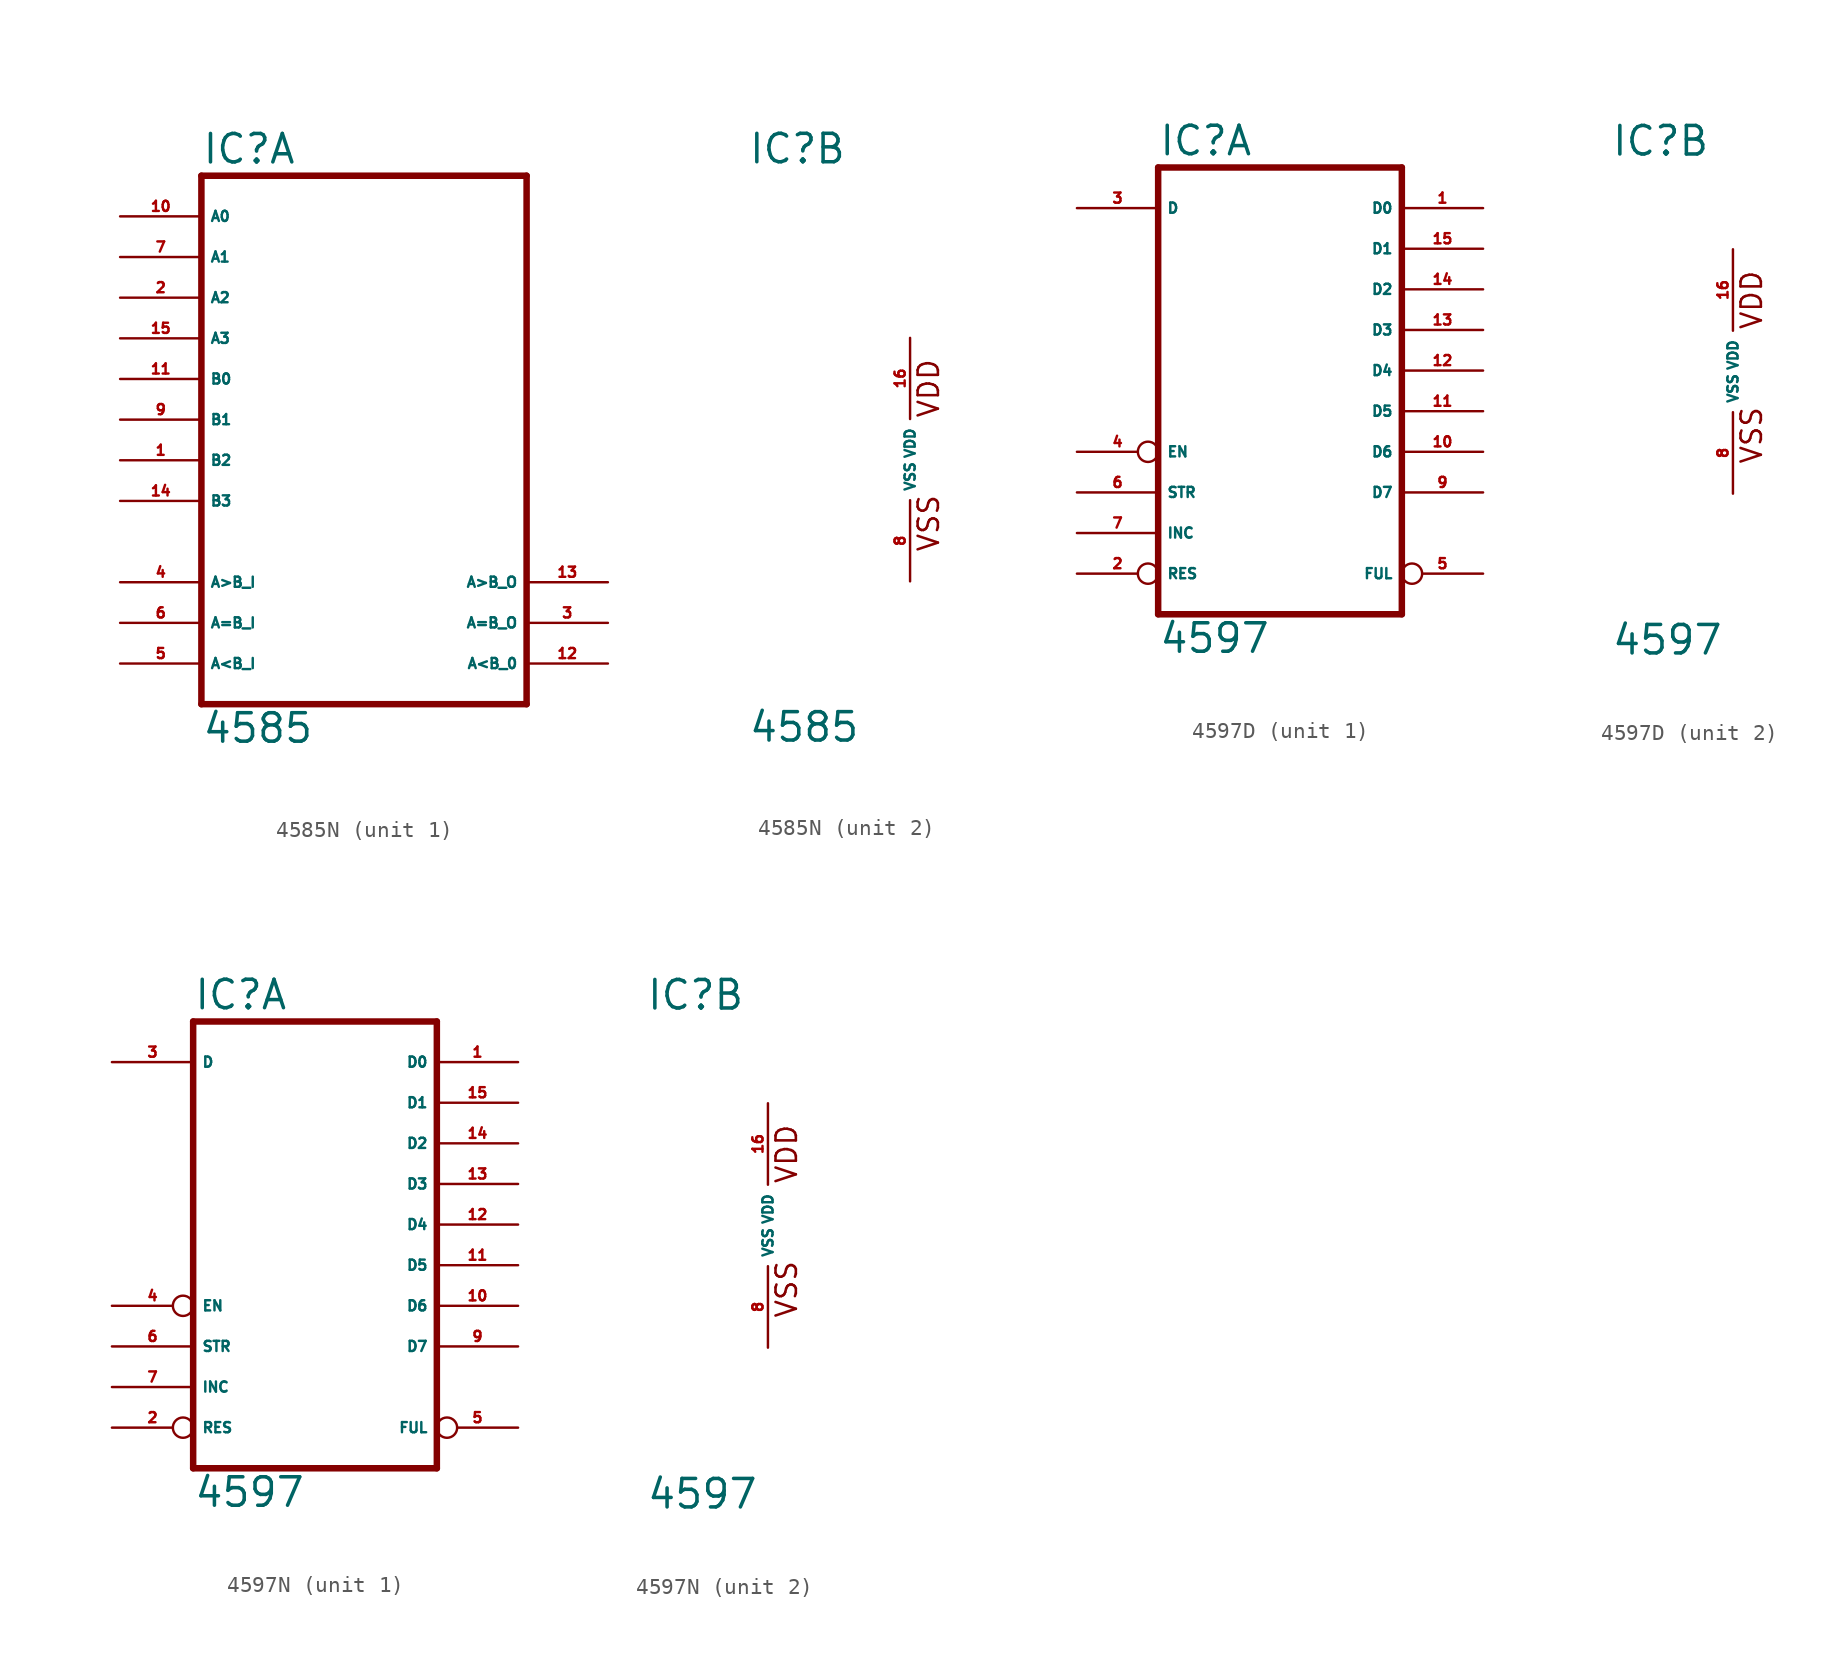
<source format=kicad_sym>
(kicad_symbol_lib
  (version 20220914)
  (generator Eagle2Kicad)
  (symbol "4585N"
    (property "Reference" "IC"
      (at -10.16 18.415 0)
      (effects (font (size 1.778 1.778) (thickness 0.22)) (justify left bottom)))
    (property "Value" "4585"
      (at -10.16 -17.78 0)
      (effects (font (size 1.778 1.778) (thickness 0.22)) (justify left bottom)))
    (symbol "4585N_1_0"
      (polyline (pts (xy -10.16 -15.24) (xy 10.16 -15.24)) (stroke (width 0.406) (type default)) (fill (type none)))
      (polyline (pts (xy 10.16 -15.24) (xy 10.16 17.78)) (stroke (width 0.406) (type default)) (fill (type none)))
      (polyline (pts (xy 10.16 17.78) (xy -10.16 17.78)) (stroke (width 0.406) (type default)) (fill (type none)))
      (polyline (pts (xy -10.16 17.78) (xy -10.16 -15.24)) (stroke (width 0.406) (type default)) (fill (type none)))
      (pin input line (at -15.24 0 0) (length 5.08) (name "B2" (effects (font (size 0.635 0.635) (thickness 0.08)) (justify left bottom))) (number "1" (effects (font (size 0.635 0.635) (thickness 0.08)) (justify left bottom))))
      (pin input line (at -15.24 10.16 0) (length 5.08) (name "A2" (effects (font (size 0.635 0.635) (thickness 0.08)) (justify left bottom))) (number "2" (effects (font (size 0.635 0.635) (thickness 0.08)) (justify left bottom))))
      (pin output line (at 15.24 -10.16 180) (length 5.08) (name "A=B_O" (effects (font (size 0.635 0.635) (thickness 0.08)) (justify left bottom))) (number "3" (effects (font (size 0.635 0.635) (thickness 0.08)) (justify left bottom))))
      (pin input line (at -15.24 -7.62 0) (length 5.08) (name "A>B_I" (effects (font (size 0.635 0.635) (thickness 0.08)) (justify left bottom))) (number "4" (effects (font (size 0.635 0.635) (thickness 0.08)) (justify left bottom))))
      (pin input line (at -15.24 -12.7 0) (length 5.08) (name "A<B_I" (effects (font (size 0.635 0.635) (thickness 0.08)) (justify left bottom))) (number "5" (effects (font (size 0.635 0.635) (thickness 0.08)) (justify left bottom))))
      (pin input line (at -15.24 -10.16 0) (length 5.08) (name "A=B_I" (effects (font (size 0.635 0.635) (thickness 0.08)) (justify left bottom))) (number "6" (effects (font (size 0.635 0.635) (thickness 0.08)) (justify left bottom))))
      (pin input line (at -15.24 12.7 0) (length 5.08) (name "A1" (effects (font (size 0.635 0.635) (thickness 0.08)) (justify left bottom))) (number "7" (effects (font (size 0.635 0.635) (thickness 0.08)) (justify left bottom))))
      (pin input line (at -15.24 2.54 0) (length 5.08) (name "B1" (effects (font (size 0.635 0.635) (thickness 0.08)) (justify left bottom))) (number "9" (effects (font (size 0.635 0.635) (thickness 0.08)) (justify left bottom))))
      (pin input line (at -15.24 15.24 0) (length 5.08) (name "A0" (effects (font (size 0.635 0.635) (thickness 0.08)) (justify left bottom))) (number "10" (effects (font (size 0.635 0.635) (thickness 0.08)) (justify left bottom))))
      (pin input line (at -15.24 5.08 0) (length 5.08) (name "B0" (effects (font (size 0.635 0.635) (thickness 0.08)) (justify left bottom))) (number "11" (effects (font (size 0.635 0.635) (thickness 0.08)) (justify left bottom))))
      (pin output line (at 15.24 -12.7 180) (length 5.08) (name "A<B_0" (effects (font (size 0.635 0.635) (thickness 0.08)) (justify left bottom))) (number "12" (effects (font (size 0.635 0.635) (thickness 0.08)) (justify left bottom))))
      (pin output line (at 15.24 -7.62 180) (length 5.08) (name "A>B_O" (effects (font (size 0.635 0.635) (thickness 0.08)) (justify left bottom))) (number "13" (effects (font (size 0.635 0.635) (thickness 0.08)) (justify left bottom))))
      (pin input line (at -15.24 -2.54 0) (length 5.08) (name "B3" (effects (font (size 0.635 0.635) (thickness 0.08)) (justify left bottom))) (number "14" (effects (font (size 0.635 0.635) (thickness 0.08)) (justify left bottom))))
      (pin input line (at -15.24 7.62 0) (length 5.08) (name "A3" (effects (font (size 0.635 0.635) (thickness 0.08)) (justify left bottom))) (number "15" (effects (font (size 0.635 0.635) (thickness 0.08)) (justify left bottom)))))
    (symbol "4585N_2_0"
      (text "VDD" (at 1.905 2.54 900) (effects (font (size 1.27 1.27) (thickness 0.16)) (justify left bottom)))
      (text "VSS" (at 1.905 -5.842 900) (effects (font (size 1.27 1.27) (thickness 0.16)) (justify left bottom)))
      (pin unspecified line (at 0 -7.62 90) (length 5.08) (name "VSS" (effects (font (size 0.635 0.635) (thickness 0.08)) (justify left bottom))) (number "8" (effects (font (size 0.635 0.635) (thickness 0.08)) (justify left bottom))))
      (pin unspecified line (at 0 7.62 270) (length 5.08) (name "VDD" (effects (font (size 0.635 0.635) (thickness 0.08)) (justify left bottom))) (number "16" (effects (font (size 0.635 0.635) (thickness 0.08)) (justify left bottom))))))
  (symbol "4597D"
    (property "Reference" "IC"
      (at -7.62 13.335 0)
      (effects (font (size 1.778 1.778) (thickness 0.22)) (justify left bottom)))
    (property "Value" "4597"
      (at -7.62 -17.78 0)
      (effects (font (size 1.778 1.778) (thickness 0.22)) (justify left bottom)))
    (symbol "4597D_1_0"
      (polyline (pts (xy -7.62 -15.24) (xy 7.62 -15.24)) (stroke (width 0.406) (type default)) (fill (type none)))
      (polyline (pts (xy 7.62 -15.24) (xy 7.62 12.7)) (stroke (width 0.406) (type default)) (fill (type none)))
      (polyline (pts (xy 7.62 12.7) (xy -7.62 12.7)) (stroke (width 0.406) (type default)) (fill (type none)))
      (polyline (pts (xy -7.62 12.7) (xy -7.62 -15.24)) (stroke (width 0.406) (type default)) (fill (type none)))
      (pin output line (at 12.7 10.16 180) (length 5.08) (name "D0" (effects (font (size 0.635 0.635) (thickness 0.08)) (justify left bottom))) (number "1" (effects (font (size 0.635 0.635) (thickness 0.08)) (justify left bottom))))
      (pin input inverted (at -12.7 -12.7 0) (length 5.08) (name "RES" (effects (font (size 0.635 0.635) (thickness 0.08)) (justify left bottom))) (number "2" (effects (font (size 0.635 0.635) (thickness 0.08)) (justify left bottom))))
      (pin input line (at -12.7 10.16 0) (length 5.08) (name "D" (effects (font (size 0.635 0.635) (thickness 0.08)) (justify left bottom))) (number "3" (effects (font (size 0.635 0.635) (thickness 0.08)) (justify left bottom))))
      (pin input inverted (at -12.7 -5.08 0) (length 5.08) (name "EN" (effects (font (size 0.635 0.635) (thickness 0.08)) (justify left bottom))) (number "4" (effects (font (size 0.635 0.635) (thickness 0.08)) (justify left bottom))))
      (pin output inverted (at 12.7 -12.7 180) (length 5.08) (name "FUL" (effects (font (size 0.635 0.635) (thickness 0.08)) (justify left bottom))) (number "5" (effects (font (size 0.635 0.635) (thickness 0.08)) (justify left bottom))))
      (pin input line (at -12.7 -7.62 0) (length 5.08) (name "STR" (effects (font (size 0.635 0.635) (thickness 0.08)) (justify left bottom))) (number "6" (effects (font (size 0.635 0.635) (thickness 0.08)) (justify left bottom))))
      (pin input line (at -12.7 -10.16 0) (length 5.08) (name "INC" (effects (font (size 0.635 0.635) (thickness 0.08)) (justify left bottom))) (number "7" (effects (font (size 0.635 0.635) (thickness 0.08)) (justify left bottom))))
      (pin output line (at 12.7 -7.62 180) (length 5.08) (name "D7" (effects (font (size 0.635 0.635) (thickness 0.08)) (justify left bottom))) (number "9" (effects (font (size 0.635 0.635) (thickness 0.08)) (justify left bottom))))
      (pin output line (at 12.7 -5.08 180) (length 5.08) (name "D6" (effects (font (size 0.635 0.635) (thickness 0.08)) (justify left bottom))) (number "10" (effects (font (size 0.635 0.635) (thickness 0.08)) (justify left bottom))))
      (pin output line (at 12.7 -2.54 180) (length 5.08) (name "D5" (effects (font (size 0.635 0.635) (thickness 0.08)) (justify left bottom))) (number "11" (effects (font (size 0.635 0.635) (thickness 0.08)) (justify left bottom))))
      (pin output line (at 12.7 0 180) (length 5.08) (name "D4" (effects (font (size 0.635 0.635) (thickness 0.08)) (justify left bottom))) (number "12" (effects (font (size 0.635 0.635) (thickness 0.08)) (justify left bottom))))
      (pin output line (at 12.7 2.54 180) (length 5.08) (name "D3" (effects (font (size 0.635 0.635) (thickness 0.08)) (justify left bottom))) (number "13" (effects (font (size 0.635 0.635) (thickness 0.08)) (justify left bottom))))
      (pin output line (at 12.7 5.08 180) (length 5.08) (name "D2" (effects (font (size 0.635 0.635) (thickness 0.08)) (justify left bottom))) (number "14" (effects (font (size 0.635 0.635) (thickness 0.08)) (justify left bottom))))
      (pin output line (at 12.7 7.62 180) (length 5.08) (name "D1" (effects (font (size 0.635 0.635) (thickness 0.08)) (justify left bottom))) (number "15" (effects (font (size 0.635 0.635) (thickness 0.08)) (justify left bottom)))))
    (symbol "4597D_2_0"
      (text "VDD" (at 1.905 2.54 900) (effects (font (size 1.27 1.27) (thickness 0.16)) (justify left bottom)))
      (text "VSS" (at 1.905 -5.842 900) (effects (font (size 1.27 1.27) (thickness 0.16)) (justify left bottom)))
      (pin unspecified line (at 0 -7.62 90) (length 5.08) (name "VSS" (effects (font (size 0.635 0.635) (thickness 0.08)) (justify left bottom))) (number "8" (effects (font (size 0.635 0.635) (thickness 0.08)) (justify left bottom))))
      (pin unspecified line (at 0 7.62 270) (length 5.08) (name "VDD" (effects (font (size 0.635 0.635) (thickness 0.08)) (justify left bottom))) (number "16" (effects (font (size 0.635 0.635) (thickness 0.08)) (justify left bottom))))))
  (symbol "4597N"
    (property "Reference" "IC"
      (at -7.62 13.335 0)
      (effects (font (size 1.778 1.778) (thickness 0.22)) (justify left bottom)))
    (property "Value" "4597"
      (at -7.62 -17.78 0)
      (effects (font (size 1.778 1.778) (thickness 0.22)) (justify left bottom)))
    (symbol "4597N_1_0"
      (polyline (pts (xy -7.62 -15.24) (xy 7.62 -15.24)) (stroke (width 0.406) (type default)) (fill (type none)))
      (polyline (pts (xy 7.62 -15.24) (xy 7.62 12.7)) (stroke (width 0.406) (type default)) (fill (type none)))
      (polyline (pts (xy 7.62 12.7) (xy -7.62 12.7)) (stroke (width 0.406) (type default)) (fill (type none)))
      (polyline (pts (xy -7.62 12.7) (xy -7.62 -15.24)) (stroke (width 0.406) (type default)) (fill (type none)))
      (pin output line (at 12.7 10.16 180) (length 5.08) (name "D0" (effects (font (size 0.635 0.635) (thickness 0.08)) (justify left bottom))) (number "1" (effects (font (size 0.635 0.635) (thickness 0.08)) (justify left bottom))))
      (pin input inverted (at -12.7 -12.7 0) (length 5.08) (name "RES" (effects (font (size 0.635 0.635) (thickness 0.08)) (justify left bottom))) (number "2" (effects (font (size 0.635 0.635) (thickness 0.08)) (justify left bottom))))
      (pin input line (at -12.7 10.16 0) (length 5.08) (name "D" (effects (font (size 0.635 0.635) (thickness 0.08)) (justify left bottom))) (number "3" (effects (font (size 0.635 0.635) (thickness 0.08)) (justify left bottom))))
      (pin input inverted (at -12.7 -5.08 0) (length 5.08) (name "EN" (effects (font (size 0.635 0.635) (thickness 0.08)) (justify left bottom))) (number "4" (effects (font (size 0.635 0.635) (thickness 0.08)) (justify left bottom))))
      (pin output inverted (at 12.7 -12.7 180) (length 5.08) (name "FUL" (effects (font (size 0.635 0.635) (thickness 0.08)) (justify left bottom))) (number "5" (effects (font (size 0.635 0.635) (thickness 0.08)) (justify left bottom))))
      (pin input line (at -12.7 -7.62 0) (length 5.08) (name "STR" (effects (font (size 0.635 0.635) (thickness 0.08)) (justify left bottom))) (number "6" (effects (font (size 0.635 0.635) (thickness 0.08)) (justify left bottom))))
      (pin input line (at -12.7 -10.16 0) (length 5.08) (name "INC" (effects (font (size 0.635 0.635) (thickness 0.08)) (justify left bottom))) (number "7" (effects (font (size 0.635 0.635) (thickness 0.08)) (justify left bottom))))
      (pin output line (at 12.7 -7.62 180) (length 5.08) (name "D7" (effects (font (size 0.635 0.635) (thickness 0.08)) (justify left bottom))) (number "9" (effects (font (size 0.635 0.635) (thickness 0.08)) (justify left bottom))))
      (pin output line (at 12.7 -5.08 180) (length 5.08) (name "D6" (effects (font (size 0.635 0.635) (thickness 0.08)) (justify left bottom))) (number "10" (effects (font (size 0.635 0.635) (thickness 0.08)) (justify left bottom))))
      (pin output line (at 12.7 -2.54 180) (length 5.08) (name "D5" (effects (font (size 0.635 0.635) (thickness 0.08)) (justify left bottom))) (number "11" (effects (font (size 0.635 0.635) (thickness 0.08)) (justify left bottom))))
      (pin output line (at 12.7 0 180) (length 5.08) (name "D4" (effects (font (size 0.635 0.635) (thickness 0.08)) (justify left bottom))) (number "12" (effects (font (size 0.635 0.635) (thickness 0.08)) (justify left bottom))))
      (pin output line (at 12.7 2.54 180) (length 5.08) (name "D3" (effects (font (size 0.635 0.635) (thickness 0.08)) (justify left bottom))) (number "13" (effects (font (size 0.635 0.635) (thickness 0.08)) (justify left bottom))))
      (pin output line (at 12.7 5.08 180) (length 5.08) (name "D2" (effects (font (size 0.635 0.635) (thickness 0.08)) (justify left bottom))) (number "14" (effects (font (size 0.635 0.635) (thickness 0.08)) (justify left bottom))))
      (pin output line (at 12.7 7.62 180) (length 5.08) (name "D1" (effects (font (size 0.635 0.635) (thickness 0.08)) (justify left bottom))) (number "15" (effects (font (size 0.635 0.635) (thickness 0.08)) (justify left bottom)))))
    (symbol "4597N_2_0"
      (text "VDD" (at 1.905 2.54 900) (effects (font (size 1.27 1.27) (thickness 0.16)) (justify left bottom)))
      (text "VSS" (at 1.905 -5.842 900) (effects (font (size 1.27 1.27) (thickness 0.16)) (justify left bottom)))
      (pin unspecified line (at 0 -7.62 90) (length 5.08) (name "VSS" (effects (font (size 0.635 0.635) (thickness 0.08)) (justify left bottom))) (number "8" (effects (font (size 0.635 0.635) (thickness 0.08)) (justify left bottom))))
      (pin unspecified line (at 0 7.62 270) (length 5.08) (name "VDD" (effects (font (size 0.635 0.635) (thickness 0.08)) (justify left bottom))) (number "16" (effects (font (size 0.635 0.635) (thickness 0.08)) (justify left bottom)))))))
</source>
